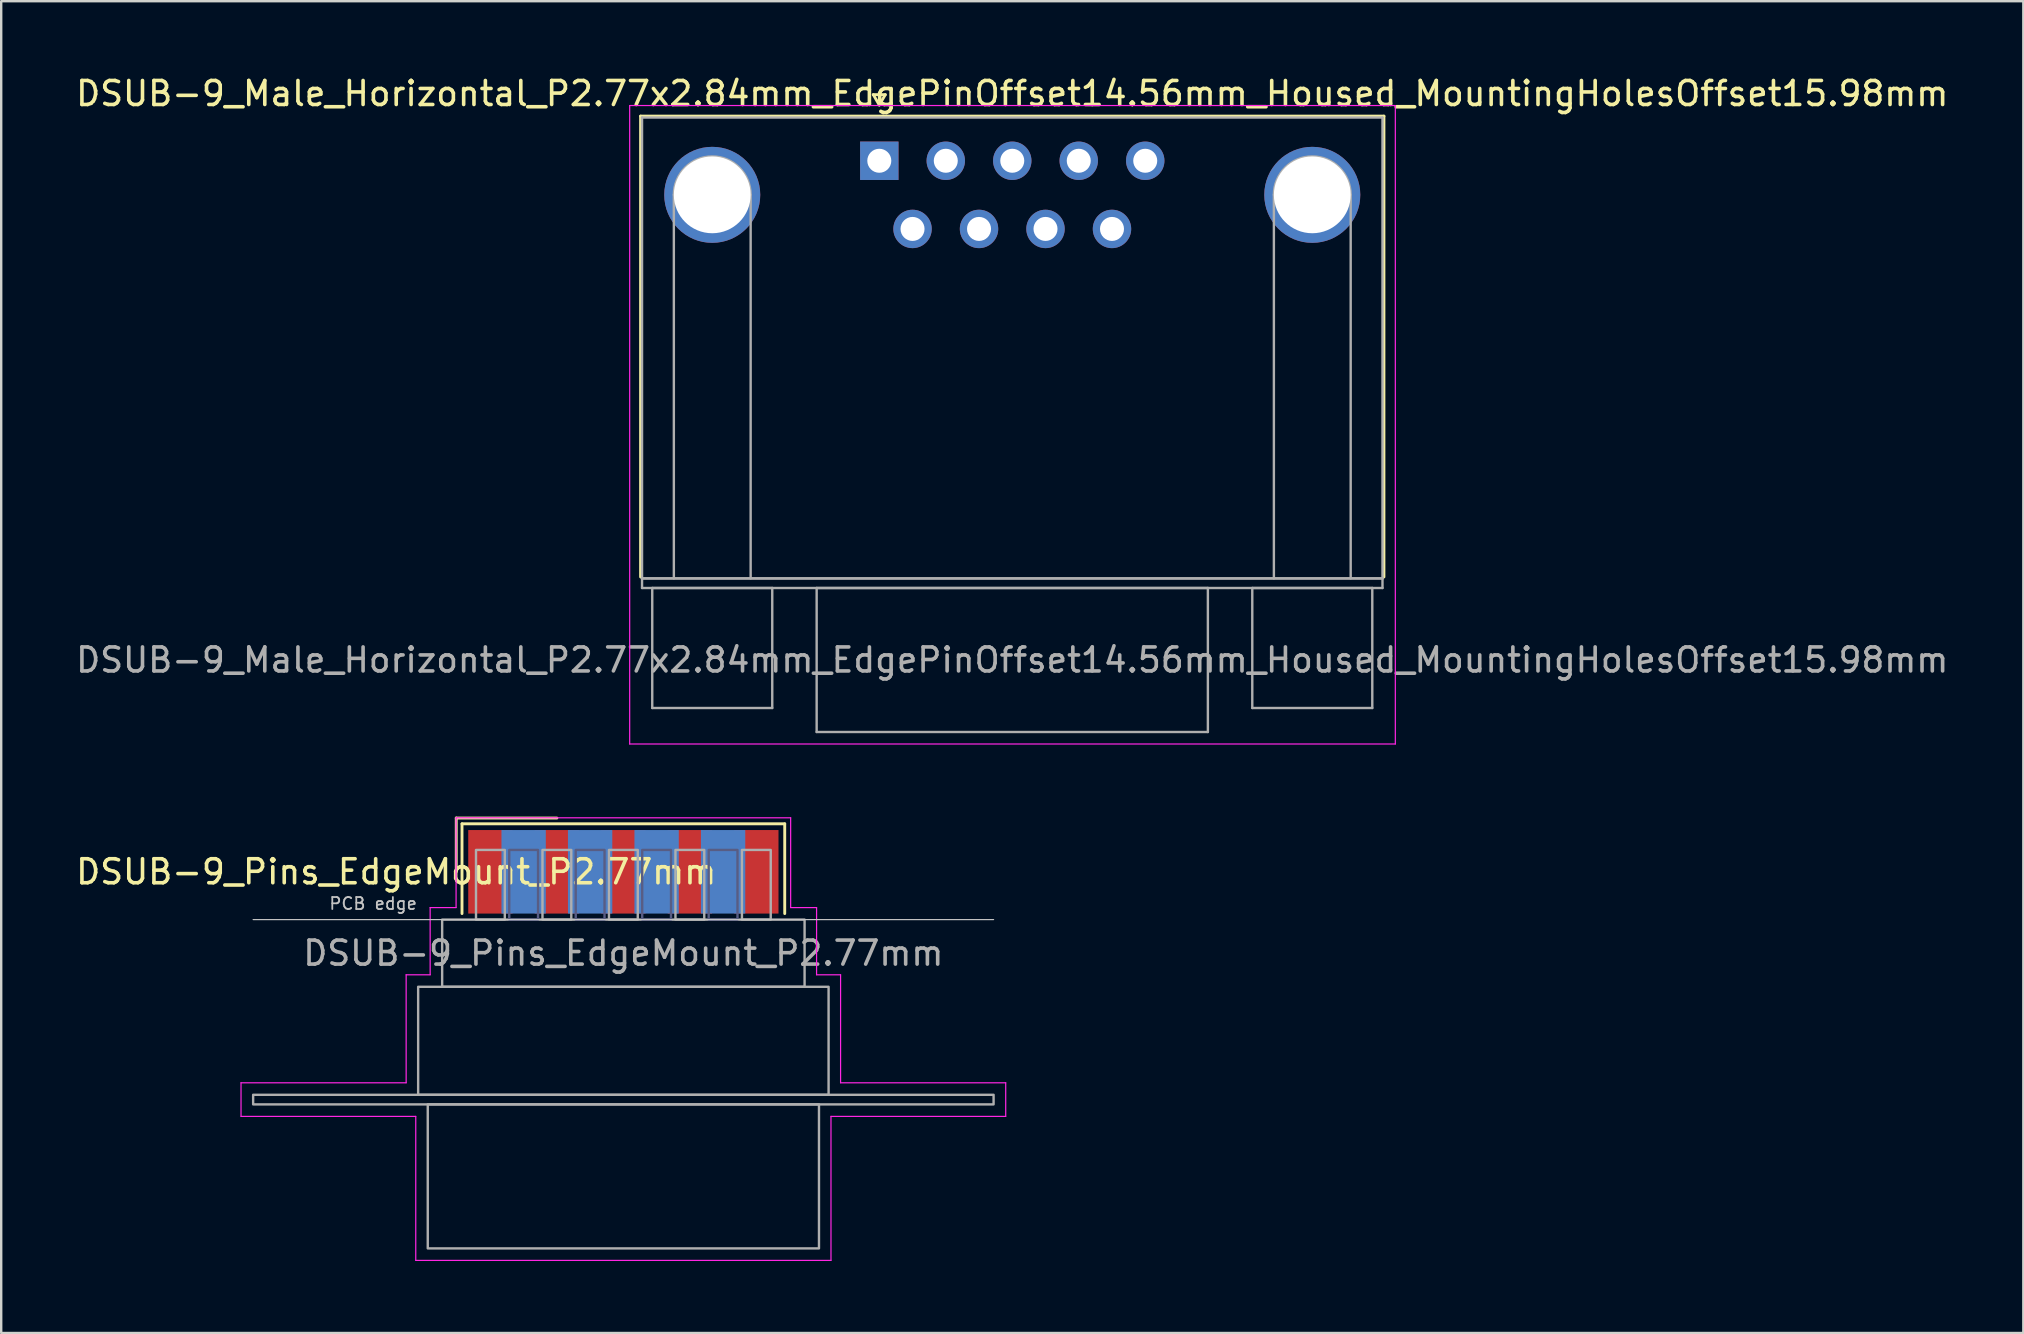
<source format=kicad_pcb>
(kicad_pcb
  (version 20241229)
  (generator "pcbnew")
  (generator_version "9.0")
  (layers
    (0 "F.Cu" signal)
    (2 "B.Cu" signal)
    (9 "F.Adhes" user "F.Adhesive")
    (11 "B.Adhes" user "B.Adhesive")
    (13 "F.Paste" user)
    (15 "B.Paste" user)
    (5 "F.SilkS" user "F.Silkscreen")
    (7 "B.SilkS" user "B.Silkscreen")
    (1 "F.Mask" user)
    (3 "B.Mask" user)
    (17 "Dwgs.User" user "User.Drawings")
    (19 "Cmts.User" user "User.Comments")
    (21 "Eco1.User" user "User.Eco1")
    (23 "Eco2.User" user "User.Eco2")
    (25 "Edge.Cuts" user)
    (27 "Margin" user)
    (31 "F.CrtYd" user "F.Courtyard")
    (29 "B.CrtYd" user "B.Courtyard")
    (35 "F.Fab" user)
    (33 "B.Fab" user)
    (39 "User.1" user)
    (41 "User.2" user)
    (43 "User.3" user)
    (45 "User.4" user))
  (footprint "DSUB-9_Pins_EdgeMount_P2.77mm"
    (layer "F.Cu")
    (at 22.922 33.273)
    (property "Reference" "DSUB-9_Pins_EdgeMount_P2.77mm" (at -9.463 0 0) (layer "F.SilkS") (effects (font (size 1 1) (thickness 0.15))))
    (attr smd)
    (fp_line (start -6.963 -2.24) (end -2.77 -2.24) (stroke (width 0.12) (type solid)) (layer "F.SilkS"))
    (fp_line (start -6.963 0) (end -6.963 -2.24) (stroke (width 0.12) (type solid)) (layer "F.SilkS"))
    (fp_line (start -6.723 -2) (end -6.723 1.74) (stroke (width 0.12) (type solid)) (layer "F.SilkS"))
    (fp_line (start 6.723 -2) (end -6.723 -2) (stroke (width 0.12) (type solid)) (layer "F.SilkS"))
    (fp_line (start 6.723 1.74) (end 6.723 -2) (stroke (width 0.12) (type solid)) (layer "F.SilkS"))
    (fp_line (start -15.425 1.99) (end 15.425 1.99) (stroke (width 0.05) (type solid)) (layer "Dwgs.User"))
    (fp_line (start -15.93 8.79) (end -9.05 8.79) (stroke (width 0.05) (type solid)) (layer "F.CrtYd"))
    (fp_line (start -15.93 10.19) (end -15.93 8.79) (stroke (width 0.05) (type solid)) (layer "F.CrtYd"))
    (fp_line (start -9.05 4.29) (end -8.05 4.29) (stroke (width 0.05) (type solid)) (layer "F.CrtYd"))
    (fp_line (start -9.05 8.79) (end -9.05 4.29) (stroke (width 0.05) (type solid)) (layer "F.CrtYd"))
    (fp_line (start -8.65 10.19) (end -15.93 10.19) (stroke (width 0.05) (type solid)) (layer "F.CrtYd"))
    (fp_line (start -8.65 16.19) (end -8.65 10.19) (stroke (width 0.05) (type solid)) (layer "F.CrtYd"))
    (fp_line (start -8.05 1.49) (end -6.97 1.49) (stroke (width 0.05) (type solid)) (layer "F.CrtYd"))
    (fp_line (start -8.05 4.29) (end -8.05 1.49) (stroke (width 0.05) (type solid)) (layer "F.CrtYd"))
    (fp_line (start -6.97 -2.25) (end 6.97 -2.25) (stroke (width 0.05) (type solid)) (layer "F.CrtYd"))
    (fp_line (start -6.97 1.49) (end -6.97 -2.25) (stroke (width 0.05) (type solid)) (layer "F.CrtYd"))
    (fp_line (start 6.97 -2.25) (end 6.97 1.49) (stroke (width 0.05) (type solid)) (layer "F.CrtYd"))
    (fp_line (start 6.97 1.49) (end 8.05 1.49) (stroke (width 0.05) (type solid)) (layer "F.CrtYd"))
    (fp_line (start 8.05 1.49) (end 8.05 4.29) (stroke (width 0.05) (type solid)) (layer "F.CrtYd"))
    (fp_line (start 8.05 4.29) (end 9.05 4.29) (stroke (width 0.05) (type solid)) (layer "F.CrtYd"))
    (fp_line (start 8.65 10.19) (end 8.65 16.19) (stroke (width 0.05) (type solid)) (layer "F.CrtYd"))
    (fp_line (start 8.65 16.19) (end -8.65 16.19) (stroke (width 0.05) (type solid)) (layer "F.CrtYd"))
    (fp_line (start 9.05 4.29) (end 9.05 8.79) (stroke (width 0.05) (type solid)) (layer "F.CrtYd"))
    (fp_line (start 9.05 8.79) (end 15.93 8.79) (stroke (width 0.05) (type solid)) (layer "F.CrtYd"))
    (fp_line (start 15.93 8.79) (end 15.93 10.19) (stroke (width 0.05) (type solid)) (layer "F.CrtYd"))
    (fp_line (start 15.93 10.19) (end 8.65 10.19) (stroke (width 0.05) (type solid)) (layer "F.CrtYd"))
    (fp_rect (start -4.755 -0.91) (end -3.555 1.99) (stroke (width 0.1) (type solid)) (fill no) (layer "B.Fab"))
    (fp_rect (start -1.985 -0.91) (end -0.785 1.99) (stroke (width 0.1) (type solid)) (fill no) (layer "B.Fab"))
    (fp_rect (start 0.785 -0.91) (end 1.985 1.99) (stroke (width 0.1) (type solid)) (fill no) (layer "B.Fab"))
    (fp_rect (start 3.555 -0.91) (end 4.755 1.99) (stroke (width 0.1) (type solid)) (fill no) (layer "B.Fab"))
    (fp_rect (start -15.425 9.29) (end 15.425 9.69) (stroke (width 0.1) (type solid)) (fill no) (layer "F.Fab"))
    (fp_rect (start -8.55 4.79) (end 8.55 9.29) (stroke (width 0.1) (type solid)) (fill no) (layer "F.Fab"))
    (fp_rect (start -8.15 9.69) (end 8.15 15.69) (stroke (width 0.1) (type solid)) (fill no) (layer "F.Fab"))
    (fp_rect (start -7.55 1.99) (end 7.55 4.79) (stroke (width 0.1) (type solid)) (fill no) (layer "F.Fab"))
    (fp_rect (start -6.14 -0.91) (end -4.94 1.99) (stroke (width 0.1) (type solid)) (fill no) (layer "F.Fab"))
    (fp_rect (start -3.37 -0.91) (end -2.17 1.99) (stroke (width 0.1) (type solid)) (fill no) (layer "F.Fab"))
    (fp_rect (start -0.6 -0.91) (end 0.6 1.99) (stroke (width 0.1) (type solid)) (fill no) (layer "F.Fab"))
    (fp_rect (start 2.17 -0.91) (end 3.37 1.99) (stroke (width 0.1) (type solid)) (fill no) (layer "F.Fab"))
    (fp_rect (start 4.94 -0.91) (end 6.14 1.99) (stroke (width 0.1) (type solid)) (fill no) (layer "F.Fab"))
    (fp_text user "PCB edge" (at -10.425 1.323 0) (layer "Dwgs.User") (effects (font (size 0.5 0.5) (thickness 0.075))))
    (fp_text user "${REFERENCE}" (at 0 3.39 0) (layer "F.Fab") (effects (font (size 1 1) (thickness 0.15))))
    (pad "1" smd rect (at -5.54 0) (size 1.847 3.48) (layers "F.Cu" "F.Mask" "F.Paste"))
    (pad "2" smd rect (at -2.77 0) (size 1.847 3.48) (layers "F.Cu" "F.Mask" "F.Paste"))
    (pad "3" smd rect (at 0 0) (size 1.847 3.48) (layers "F.Cu" "F.Mask" "F.Paste"))
    (pad "4" smd rect (at 2.77 0) (size 1.847 3.48) (layers "F.Cu" "F.Mask" "F.Paste"))
    (pad "5" smd rect (at 5.54 0) (size 1.847 3.48) (layers "F.Cu" "F.Mask" "F.Paste"))
    (pad "6" smd rect (at -4.155 0) (size 1.847 3.48) (layers "B.Cu" "B.Mask" "B.Paste"))
    (pad "7" smd rect (at -1.385 0) (size 1.847 3.48) (layers "B.Cu" "B.Mask" "B.Paste"))
    (pad "8" smd rect (at 1.385 0) (size 1.847 3.48) (layers "B.Cu" "B.Mask" "B.Paste"))
    (pad "9" smd rect (at 4.155 0) (size 1.847 3.48) (layers "B.Cu" "B.Mask" "B.Paste")))
  (footprint "DSUB-9_Male_Horizontal_P2.77x2.84mm_EdgePinOffset14.56mm_Housed_MountingHolesOffset15.98mm"
    (layer "F.Cu")
    (at 33.585 3.648)
    (property "Reference" "DSUB-9_Male_Horizontal_P2.77x2.84mm_EdgePinOffset14.56mm_Housed_MountingHolesOffset15.98mm" (at 5.54 -2.8 0) (layer "F.SilkS") (effects (font (size 1 1) (thickness 0.15))))
    (attr through_hole)
    (fp_line (start -9.945 -1.86) (end 21.025 -1.86) (stroke (width 0.12) (type solid)) (layer "F.SilkS"))
    (fp_line (start -9.945 17.34) (end -9.945 -1.86) (stroke (width 0.12) (type solid)) (layer "F.SilkS"))
    (fp_line (start -0.25 -2.754) (end 0.25 -2.754) (stroke (width 0.12) (type solid)) (layer "F.SilkS"))
    (fp_line (start 0 -2.321) (end -0.25 -2.754) (stroke (width 0.12) (type solid)) (layer "F.SilkS"))
    (fp_line (start 0.25 -2.754) (end 0 -2.321) (stroke (width 0.12) (type solid)) (layer "F.SilkS"))
    (fp_line (start 21.025 -1.86) (end 21.025 17.34) (stroke (width 0.12) (type solid)) (layer "F.SilkS"))
    (fp_line (start -10.4 -2.3) (end -10.4 24.3) (stroke (width 0.05) (type solid)) (layer "F.CrtYd"))
    (fp_line (start -10.4 24.3) (end 21.5 24.3) (stroke (width 0.05) (type solid)) (layer "F.CrtYd"))
    (fp_line (start 21.5 -2.3) (end -10.4 -2.3) (stroke (width 0.05) (type solid)) (layer "F.CrtYd"))
    (fp_line (start 21.5 24.3) (end 21.5 -2.3) (stroke (width 0.05) (type solid)) (layer "F.CrtYd"))
    (fp_line (start -9.885 -1.8) (end -9.885 17.4) (stroke (width 0.1) (type solid)) (layer "F.Fab"))
    (fp_line (start -9.885 17.4) (end -9.885 17.8) (stroke (width 0.1) (type solid)) (layer "F.Fab"))
    (fp_line (start -9.885 17.4) (end 20.965 17.4) (stroke (width 0.1) (type solid)) (layer "F.Fab"))
    (fp_line (start -9.885 17.8) (end 20.965 17.8) (stroke (width 0.1) (type solid)) (layer "F.Fab"))
    (fp_line (start -9.46 17.8) (end -9.46 22.8) (stroke (width 0.1) (type solid)) (layer "F.Fab"))
    (fp_line (start -9.46 22.8) (end -4.46 22.8) (stroke (width 0.1) (type solid)) (layer "F.Fab"))
    (fp_line (start -8.56 17.4) (end -8.56 1.42) (stroke (width 0.1) (type solid)) (layer "F.Fab"))
    (fp_line (start -5.36 17.4) (end -5.36 1.42) (stroke (width 0.1) (type solid)) (layer "F.Fab"))
    (fp_line (start -4.46 17.8) (end -9.46 17.8) (stroke (width 0.1) (type solid)) (layer "F.Fab"))
    (fp_line (start -4.46 22.8) (end -4.46 17.8) (stroke (width 0.1) (type solid)) (layer "F.Fab"))
    (fp_line (start -2.61 17.8) (end -2.61 23.8) (stroke (width 0.1) (type solid)) (layer "F.Fab"))
    (fp_line (start -2.61 23.8) (end 13.69 23.8) (stroke (width 0.1) (type solid)) (layer "F.Fab"))
    (fp_line (start 13.69 17.8) (end -2.61 17.8) (stroke (width 0.1) (type solid)) (layer "F.Fab"))
    (fp_line (start 13.69 23.8) (end 13.69 17.8) (stroke (width 0.1) (type solid)) (layer "F.Fab"))
    (fp_line (start 15.54 17.8) (end 15.54 22.8) (stroke (width 0.1) (type solid)) (layer "F.Fab"))
    (fp_line (start 15.54 22.8) (end 20.54 22.8) (stroke (width 0.1) (type solid)) (layer "F.Fab"))
    (fp_line (start 16.44 17.4) (end 16.44 1.42) (stroke (width 0.1) (type solid)) (layer "F.Fab"))
    (fp_line (start 19.64 17.4) (end 19.64 1.42) (stroke (width 0.1) (type solid)) (layer "F.Fab"))
    (fp_line (start 20.54 17.8) (end 15.54 17.8) (stroke (width 0.1) (type solid)) (layer "F.Fab"))
    (fp_line (start 20.54 22.8) (end 20.54 17.8) (stroke (width 0.1) (type solid)) (layer "F.Fab"))
    (fp_line (start 20.965 -1.8) (end -9.885 -1.8) (stroke (width 0.1) (type solid)) (layer "F.Fab"))
    (fp_line (start 20.965 17.4) (end -9.885 17.4) (stroke (width 0.1) (type solid)) (layer "F.Fab"))
    (fp_line (start 20.965 17.4) (end 20.965 -1.8) (stroke (width 0.1) (type solid)) (layer "F.Fab"))
    (fp_line (start 20.965 17.8) (end 20.965 17.4) (stroke (width 0.1) (type solid)) (layer "F.Fab"))
    (fp_arc (start -8.56 1.42) (mid -6.96 -0.18) (end -5.36 1.42) (stroke (width 0.1) (type solid)) (layer "F.Fab"))
    (fp_arc (start 16.44 1.42) (mid 18.04 -0.18) (end 19.64 1.42) (stroke (width 0.1) (type solid)) (layer "F.Fab"))
    (fp_text user "${REFERENCE}" (at 5.54 20.8 0) (layer "F.Fab") (effects (font (size 1 1) (thickness 0.15))))
    (pad "0" thru_hole circle (at -6.96 1.42) (size 4 4) (drill 3.2) (layers "*.Cu" "*.Mask"))
    (pad "0" thru_hole circle (at 18.04 1.42) (size 4 4) (drill 3.2) (layers "*.Cu" "*.Mask"))
    (pad "1" thru_hole rect (at 0 0) (size 1.6 1.6) (drill 1) (layers "*.Cu" "*.Mask"))
    (pad "2" thru_hole circle (at 2.77 0) (size 1.6 1.6) (drill 1) (layers "*.Cu" "*.Mask"))
    (pad "3" thru_hole circle (at 5.54 0) (size 1.6 1.6) (drill 1) (layers "*.Cu" "*.Mask"))
    (pad "4" thru_hole circle (at 8.31 0) (size 1.6 1.6) (drill 1) (layers "*.Cu" "*.Mask"))
    (pad "5" thru_hole circle (at 11.08 0) (size 1.6 1.6) (drill 1) (layers "*.Cu" "*.Mask"))
    (pad "6" thru_hole circle (at 1.385 2.84) (size 1.6 1.6) (drill 1) (layers "*.Cu" "*.Mask"))
    (pad "7" thru_hole circle (at 4.155 2.84) (size 1.6 1.6) (drill 1) (layers "*.Cu" "*.Mask"))
    (pad "8" thru_hole circle (at 6.925 2.84) (size 1.6 1.6) (drill 1) (layers "*.Cu" "*.Mask"))
    (pad "9" thru_hole circle (at 9.695 2.84) (size 1.6 1.6) (drill 1) (layers "*.Cu" "*.Mask")))
  (gr_rect
    (start -3 -3)
    (end 81.25 52.488)
    (stroke (width 0.1) (type default))
    (fill no)
    (layer "Edge.Cuts")))
</source>
